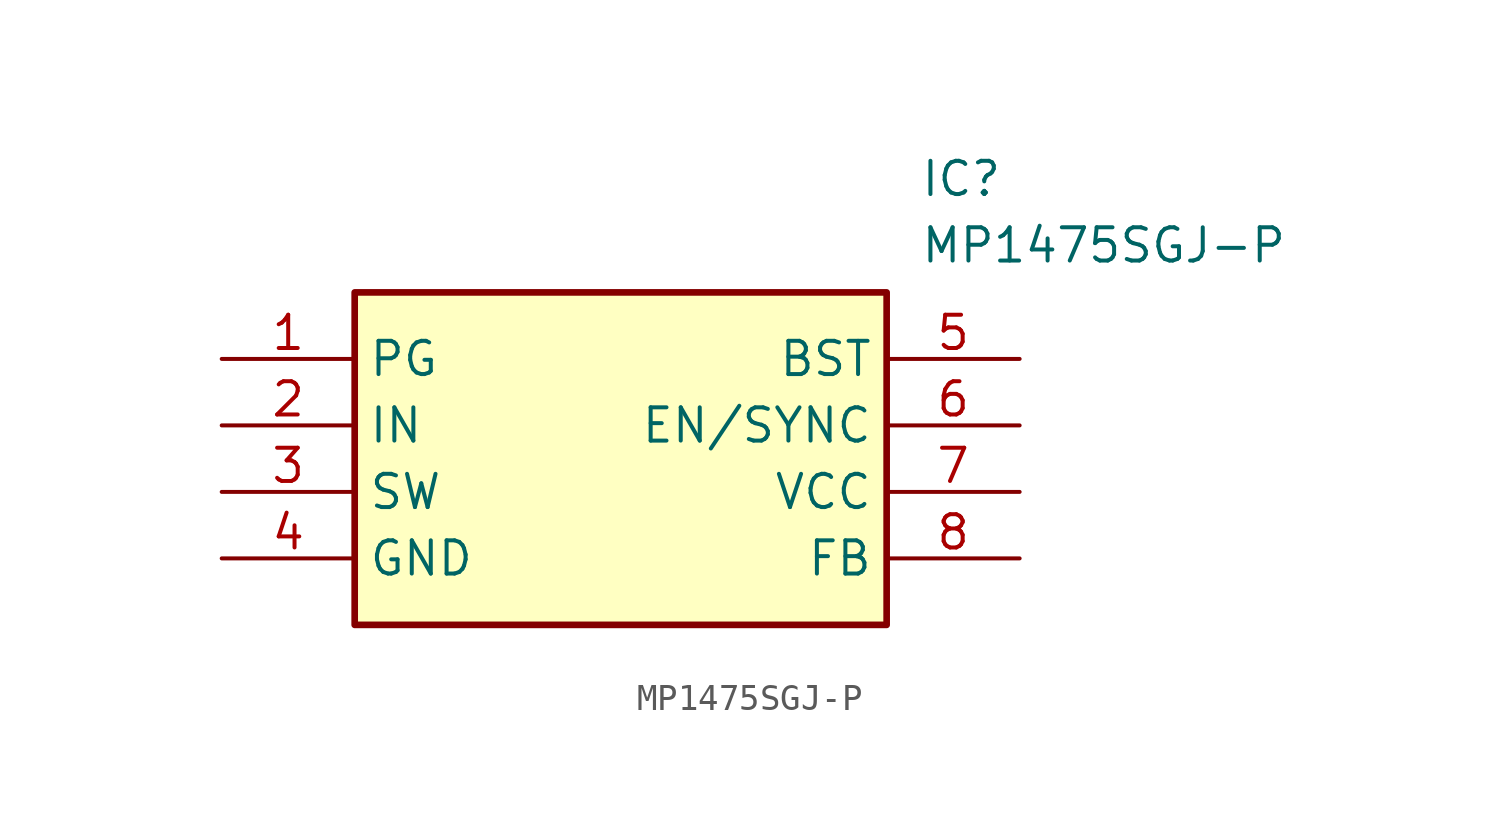
<source format=kicad_sym>
(kicad_symbol_lib
  (version 20241209)
  (generator "kicad_symbol_editor")
  (generator_version "9.0")
  (symbol "MP1475SGJ-P"
    (property "Reference" "IC"
      (at 26.67 7.62 0)
      (effects (font (size 1.27 1.27)) (justify left top)))
    (property "Value" "MP1475SGJ-P"
      (at 26.67 5.08 0)
      (effects (font (size 1.27 1.27)) (justify left top)))
    (symbol "MP1475SGJ-P_1_1"
      (rectangle (start 5.08 2.54) (end 25.4 -10.16) (stroke (width 0.254) (type default)) (fill (type background)))
      (pin passive line (at 0 0 0) (length 5.08) (name "PG" (effects (font (size 1.27 1.27)))) (number "1" (effects (font (size 1.27 1.27)))))
      (pin passive line (at 0 -2.54 0) (length 5.08) (name "IN" (effects (font (size 1.27 1.27)))) (number "2" (effects (font (size 1.27 1.27)))))
      (pin passive line (at 0 -5.08 0) (length 5.08) (name "SW" (effects (font (size 1.27 1.27)))) (number "3" (effects (font (size 1.27 1.27)))))
      (pin passive line (at 0 -7.62 0) (length 5.08) (name "GND" (effects (font (size 1.27 1.27)))) (number "4" (effects (font (size 1.27 1.27)))))
      (pin passive line (at 30.48 0 180) (length 5.08) (name "BST" (effects (font (size 1.27 1.27)))) (number "5" (effects (font (size 1.27 1.27)))))
      (pin passive line (at 30.48 -2.54 180) (length 5.08) (name "EN/SYNC" (effects (font (size 1.27 1.27)))) (number "6" (effects (font (size 1.27 1.27)))))
      (pin passive line (at 30.48 -5.08 180) (length 5.08) (name "VCC" (effects (font (size 1.27 1.27)))) (number "7" (effects (font (size 1.27 1.27)))))
      (pin passive line (at 30.48 -7.62 180) (length 5.08) (name "FB" (effects (font (size 1.27 1.27)))) (number "8" (effects (font (size 1.27 1.27))))))))
</source>
